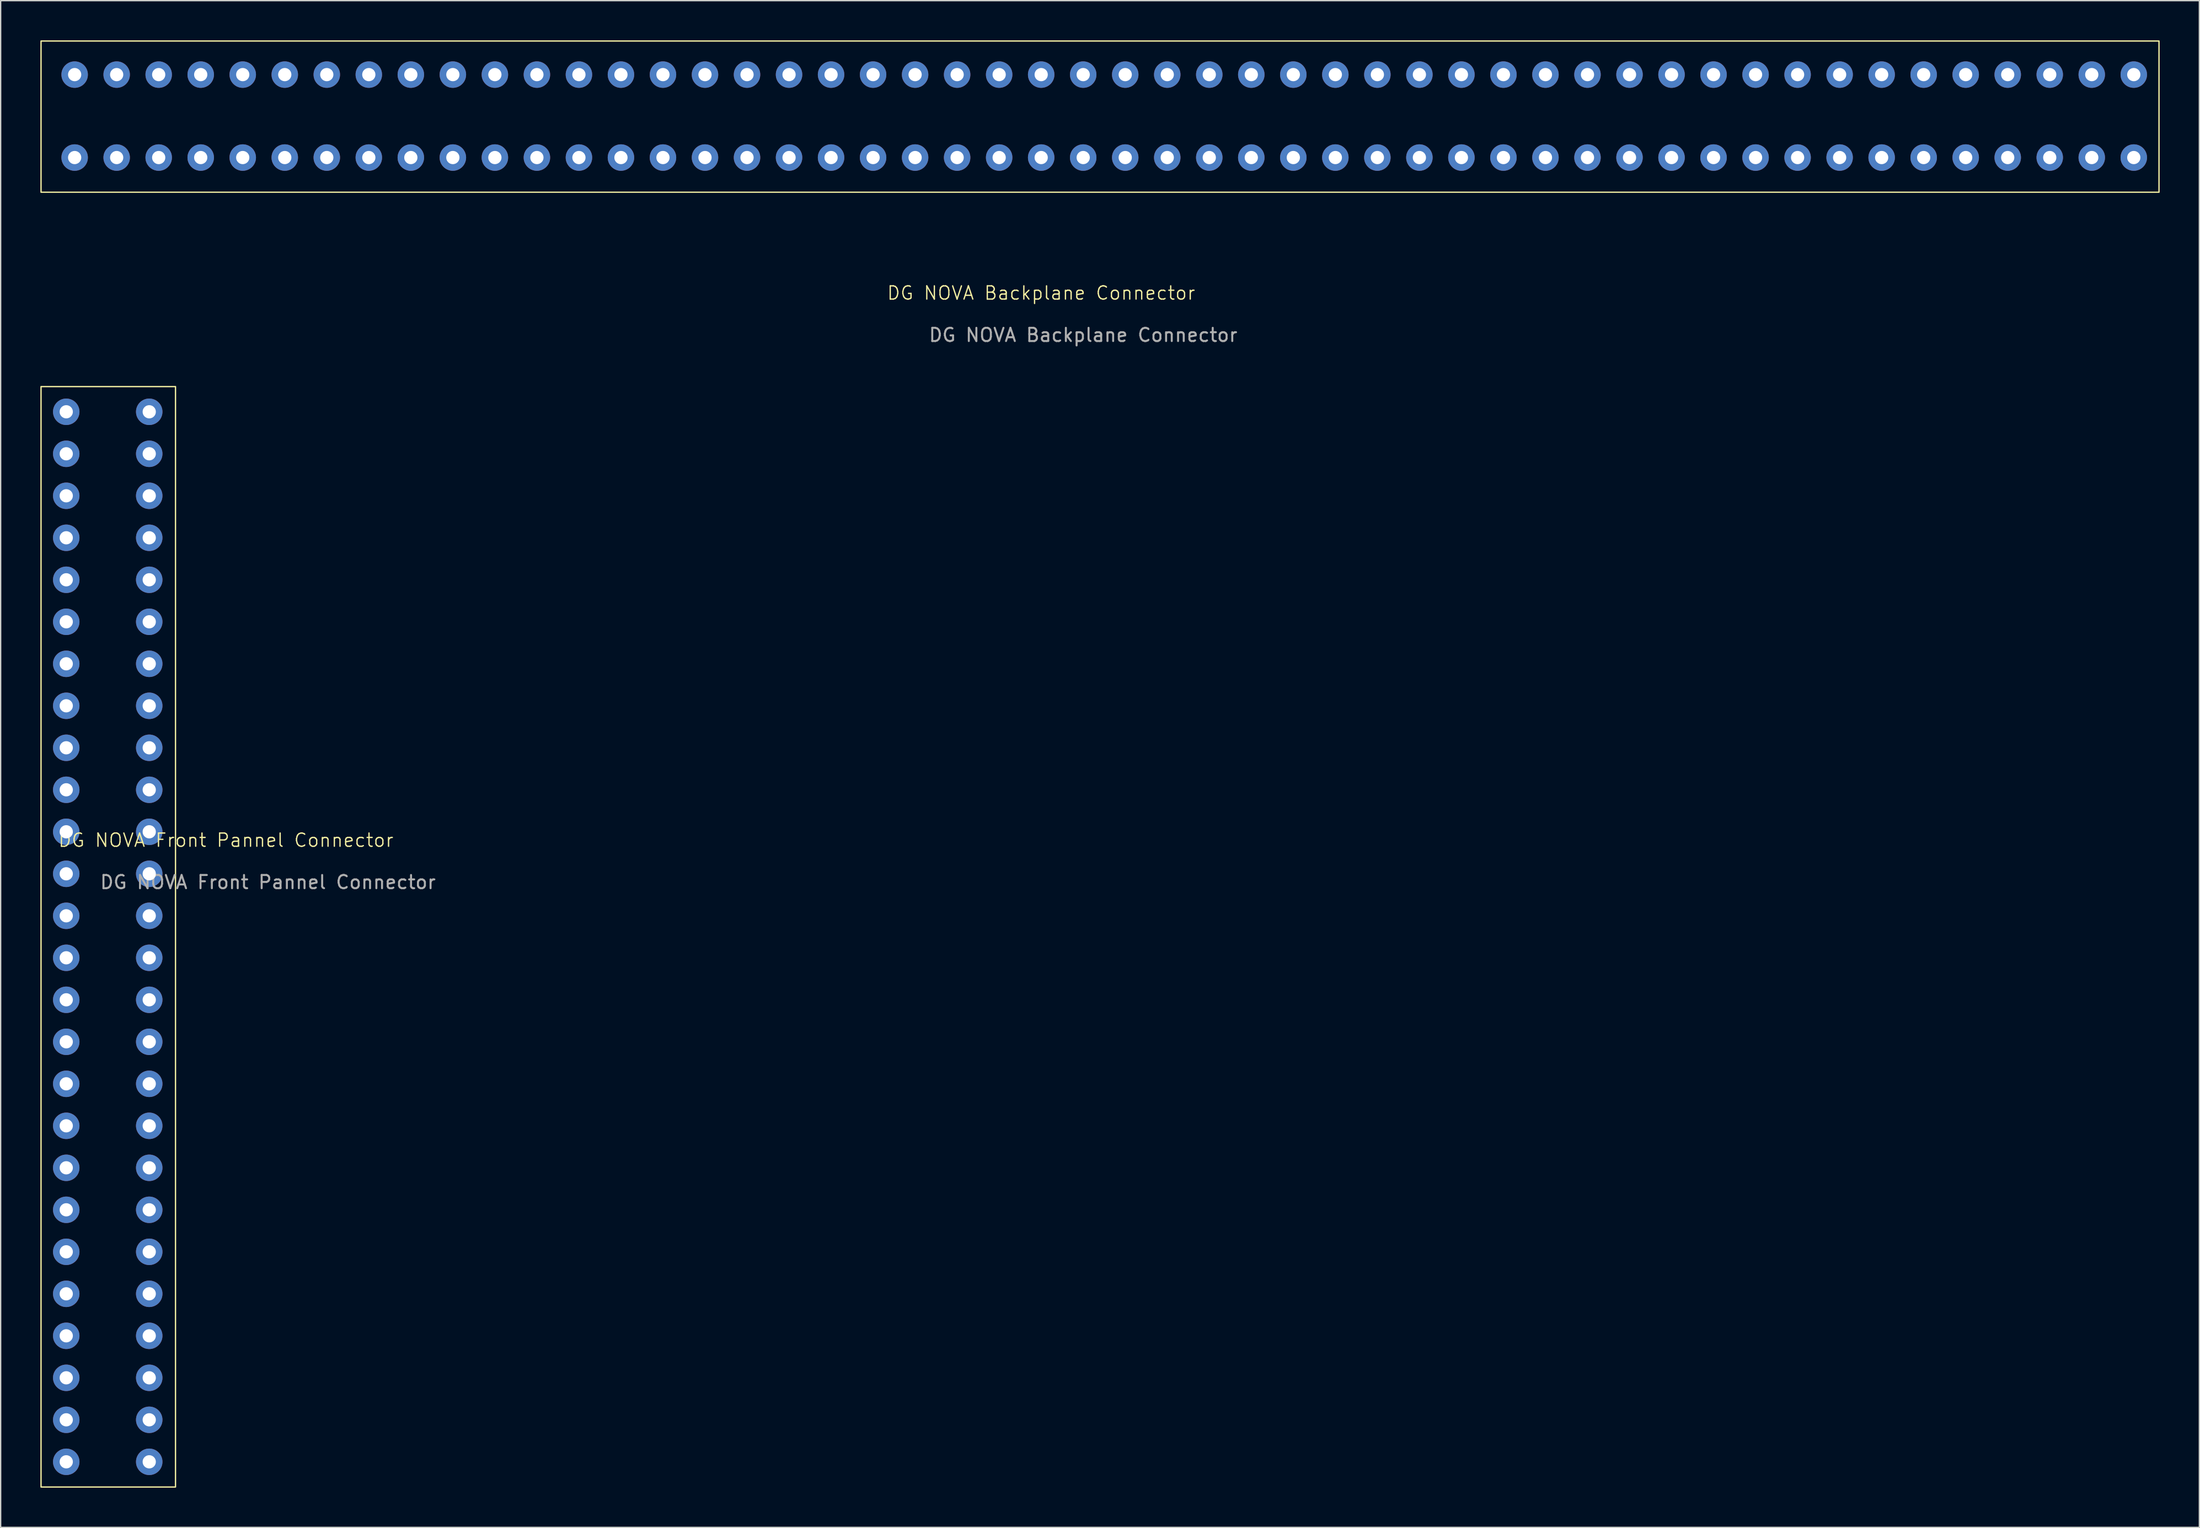
<source format=kicad_pcb>
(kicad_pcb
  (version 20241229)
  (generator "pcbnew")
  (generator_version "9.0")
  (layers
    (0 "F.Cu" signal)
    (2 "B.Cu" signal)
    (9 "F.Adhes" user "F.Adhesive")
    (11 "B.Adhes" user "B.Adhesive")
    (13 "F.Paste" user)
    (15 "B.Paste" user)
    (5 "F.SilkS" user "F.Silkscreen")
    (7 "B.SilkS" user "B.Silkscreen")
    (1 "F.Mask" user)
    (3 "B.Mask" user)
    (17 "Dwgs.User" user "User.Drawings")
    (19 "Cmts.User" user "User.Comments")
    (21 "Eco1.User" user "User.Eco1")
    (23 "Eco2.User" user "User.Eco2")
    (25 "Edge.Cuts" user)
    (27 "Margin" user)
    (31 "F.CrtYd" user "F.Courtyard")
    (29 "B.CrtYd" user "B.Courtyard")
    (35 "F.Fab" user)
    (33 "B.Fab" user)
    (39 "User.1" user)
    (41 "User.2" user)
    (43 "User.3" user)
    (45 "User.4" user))
  (footprint "DG NOVA Backplane Connector"
    (layer "F.Cu")
    (at 80.06 5.765)
    (property "Reference" "DG NOVA Backplane Connector" (at -4.445 13.335 0) (unlocked yes) (layer "F.SilkS") (effects (font (size 1 1) (thickness 0.1))))
    (attr through_hole)
    (fp_rect (start -80.01 -5.715) (end 80.01 5.715) (stroke (width 0.1) (type default)) (fill no) (layer "F.SilkS"))
    (fp_text user "${REFERENCE}" (at -1.27 16.51 0) (unlocked yes) (layer "F.Fab") (effects (font (size 1 1) (thickness 0.15))))
    (pad "1" thru_hole circle (at -77.47 3.095 90) (size 2 2) (drill 1) (layers "*.Cu" "*.Mask"))
    (pad "2" thru_hole circle (at -77.47 -3.175 90) (size 2 2) (drill 1) (layers "*.Cu" "*.Mask"))
    (pad "3" thru_hole circle (at -74.295 3.095 90) (size 2 2) (drill 1) (layers "*.Cu" "*.Mask"))
    (pad "4" thru_hole circle (at -74.295 -3.175 90) (size 2 2) (drill 1) (layers "*.Cu" "*.Mask"))
    (pad "5" thru_hole circle (at -71.12 3.095 90) (size 2 2) (drill 1) (layers "*.Cu" "*.Mask"))
    (pad "6" thru_hole circle (at -71.12 -3.175 90) (size 2 2) (drill 1) (layers "*.Cu" "*.Mask"))
    (pad "7" thru_hole circle (at -67.945 3.095 90) (size 2 2) (drill 1) (layers "*.Cu" "*.Mask"))
    (pad "8" thru_hole circle (at -67.945 -3.175 90) (size 2 2) (drill 1) (layers "*.Cu" "*.Mask"))
    (pad "9" thru_hole circle (at -64.77 3.095 90) (size 2 2) (drill 1) (layers "*.Cu" "*.Mask"))
    (pad "10" thru_hole circle (at -64.77 -3.175 90) (size 2 2) (drill 1) (layers "*.Cu" "*.Mask"))
    (pad "11" thru_hole circle (at -61.595 3.095 90) (size 2 2) (drill 1) (layers "*.Cu" "*.Mask"))
    (pad "12" thru_hole circle (at -61.595 -3.175 90) (size 2 2) (drill 1) (layers "*.Cu" "*.Mask"))
    (pad "13" thru_hole circle (at -58.42 3.095 90) (size 2 2) (drill 1) (layers "*.Cu" "*.Mask"))
    (pad "14" thru_hole circle (at -58.42 -3.175 90) (size 2 2) (drill 1) (layers "*.Cu" "*.Mask"))
    (pad "15" thru_hole circle (at -55.245 3.095 90) (size 2 2) (drill 1) (layers "*.Cu" "*.Mask"))
    (pad "16" thru_hole circle (at -55.245 -3.175 90) (size 2 2) (drill 1) (layers "*.Cu" "*.Mask"))
    (pad "17" thru_hole circle (at -52.07 3.095 90) (size 2 2) (drill 1) (layers "*.Cu" "*.Mask"))
    (pad "18" thru_hole circle (at -52.07 -3.175 90) (size 2 2) (drill 1) (layers "*.Cu" "*.Mask"))
    (pad "19" thru_hole circle (at -48.895 3.095 90) (size 2 2) (drill 1) (layers "*.Cu" "*.Mask"))
    (pad "20" thru_hole circle (at -48.895 -3.175 90) (size 2 2) (drill 1) (layers "*.Cu" "*.Mask"))
    (pad "21" thru_hole circle (at -45.72 3.095 90) (size 2 2) (drill 1) (layers "*.Cu" "*.Mask"))
    (pad "22" thru_hole circle (at -45.72 -3.175 90) (size 2 2) (drill 1) (layers "*.Cu" "*.Mask"))
    (pad "23" thru_hole circle (at -42.545 3.095 90) (size 2 2) (drill 1) (layers "*.Cu" "*.Mask"))
    (pad "24" thru_hole circle (at -42.545 -3.175 90) (size 2 2) (drill 1) (layers "*.Cu" "*.Mask"))
    (pad "25" thru_hole circle (at -39.37 3.095 90) (size 2 2) (drill 1) (layers "*.Cu" "*.Mask"))
    (pad "26" thru_hole circle (at -39.37 -3.175 90) (size 2 2) (drill 1) (layers "*.Cu" "*.Mask"))
    (pad "27" thru_hole circle (at -36.195 3.095 90) (size 2 2) (drill 1) (layers "*.Cu" "*.Mask"))
    (pad "28" thru_hole circle (at -36.195 -3.175 90) (size 2 2) (drill 1) (layers "*.Cu" "*.Mask"))
    (pad "29" thru_hole circle (at -33.02 3.095 90) (size 2 2) (drill 1) (layers "*.Cu" "*.Mask"))
    (pad "30" thru_hole circle (at -33.02 -3.175 90) (size 2 2) (drill 1) (layers "*.Cu" "*.Mask"))
    (pad "31" thru_hole circle (at -29.845 3.095 90) (size 2 2) (drill 1) (layers "*.Cu" "*.Mask"))
    (pad "32" thru_hole circle (at -29.845 -3.175 90) (size 2 2) (drill 1) (layers "*.Cu" "*.Mask"))
    (pad "33" thru_hole circle (at -26.67 3.095 90) (size 2 2) (drill 1) (layers "*.Cu" "*.Mask"))
    (pad "34" thru_hole circle (at -26.67 -3.175 90) (size 2 2) (drill 1) (layers "*.Cu" "*.Mask"))
    (pad "35" thru_hole circle (at -23.495 3.095 90) (size 2 2) (drill 1) (layers "*.Cu" "*.Mask"))
    (pad "36" thru_hole circle (at -23.495 -3.175 90) (size 2 2) (drill 1) (layers "*.Cu" "*.Mask"))
    (pad "37" thru_hole circle (at -20.32 3.095 90) (size 2 2) (drill 1) (layers "*.Cu" "*.Mask"))
    (pad "38" thru_hole circle (at -20.32 -3.175 90) (size 2 2) (drill 1) (layers "*.Cu" "*.Mask"))
    (pad "39" thru_hole circle (at -17.145 3.095 90) (size 2 2) (drill 1) (layers "*.Cu" "*.Mask"))
    (pad "40" thru_hole circle (at -17.145 -3.175 90) (size 2 2) (drill 1) (layers "*.Cu" "*.Mask"))
    (pad "41" thru_hole circle (at -13.97 3.095 90) (size 2 2) (drill 1) (layers "*.Cu" "*.Mask"))
    (pad "42" thru_hole circle (at -13.97 -3.175 90) (size 2 2) (drill 1) (layers "*.Cu" "*.Mask"))
    (pad "43" thru_hole circle (at -10.795 3.095 90) (size 2 2) (drill 1) (layers "*.Cu" "*.Mask"))
    (pad "44" thru_hole circle (at -10.795 -3.175 90) (size 2 2) (drill 1) (layers "*.Cu" "*.Mask"))
    (pad "45" thru_hole circle (at -7.62 3.095 90) (size 2 2) (drill 1) (layers "*.Cu" "*.Mask"))
    (pad "46" thru_hole circle (at -7.62 -3.175 90) (size 2 2) (drill 1) (layers "*.Cu" "*.Mask"))
    (pad "47" thru_hole circle (at -4.445 3.095 90) (size 2 2) (drill 1) (layers "*.Cu" "*.Mask"))
    (pad "48" thru_hole circle (at -4.445 -3.175 90) (size 2 2) (drill 1) (layers "*.Cu" "*.Mask"))
    (pad "49" thru_hole circle (at -1.27 3.095 90) (size 2 2) (drill 1) (layers "*.Cu" "*.Mask"))
    (pad "50" thru_hole circle (at -1.27 -3.175 90) (size 2 2) (drill 1) (layers "*.Cu" "*.Mask"))
    (pad "51" thru_hole circle (at 1.905 3.095 90) (size 2 2) (drill 1) (layers "*.Cu" "*.Mask"))
    (pad "52" thru_hole circle (at 1.905 -3.175 90) (size 2 2) (drill 1) (layers "*.Cu" "*.Mask"))
    (pad "53" thru_hole circle (at 5.08 3.095 90) (size 2 2) (drill 1) (layers "*.Cu" "*.Mask"))
    (pad "54" thru_hole circle (at 5.08 -3.175 90) (size 2 2) (drill 1) (layers "*.Cu" "*.Mask"))
    (pad "55" thru_hole circle (at 8.255 3.095 90) (size 2 2) (drill 1) (layers "*.Cu" "*.Mask"))
    (pad "56" thru_hole circle (at 8.255 -3.175 90) (size 2 2) (drill 1) (layers "*.Cu" "*.Mask"))
    (pad "57" thru_hole circle (at 11.43 3.095 90) (size 2 2) (drill 1) (layers "*.Cu" "*.Mask"))
    (pad "58" thru_hole circle (at 11.43 -3.175 90) (size 2 2) (drill 1) (layers "*.Cu" "*.Mask"))
    (pad "59" thru_hole circle (at 14.605 3.095 90) (size 2 2) (drill 1) (layers "*.Cu" "*.Mask"))
    (pad "60" thru_hole circle (at 14.605 -3.175 90) (size 2 2) (drill 1) (layers "*.Cu" "*.Mask"))
    (pad "61" thru_hole circle (at 17.78 3.095 90) (size 2 2) (drill 1) (layers "*.Cu" "*.Mask"))
    (pad "62" thru_hole circle (at 17.78 -3.175 90) (size 2 2) (drill 1) (layers "*.Cu" "*.Mask"))
    (pad "63" thru_hole circle (at 20.955 3.095 90) (size 2 2) (drill 1) (layers "*.Cu" "*.Mask"))
    (pad "64" thru_hole circle (at 20.955 -3.175 90) (size 2 2) (drill 1) (layers "*.Cu" "*.Mask"))
    (pad "65" thru_hole circle (at 24.13 3.095 90) (size 2 2) (drill 1) (layers "*.Cu" "*.Mask"))
    (pad "66" thru_hole circle (at 24.13 -3.175 90) (size 2 2) (drill 1) (layers "*.Cu" "*.Mask"))
    (pad "67" thru_hole circle (at 27.305 3.095 90) (size 2 2) (drill 1) (layers "*.Cu" "*.Mask"))
    (pad "68" thru_hole circle (at 27.305 -3.175 90) (size 2 2) (drill 1) (layers "*.Cu" "*.Mask"))
    (pad "69" thru_hole circle (at 30.48 3.095 90) (size 2 2) (drill 1) (layers "*.Cu" "*.Mask"))
    (pad "70" thru_hole circle (at 30.48 -3.175 90) (size 2 2) (drill 1) (layers "*.Cu" "*.Mask"))
    (pad "71" thru_hole circle (at 33.655 3.095 90) (size 2 2) (drill 1) (layers "*.Cu" "*.Mask"))
    (pad "72" thru_hole circle (at 33.655 -3.175 90) (size 2 2) (drill 1) (layers "*.Cu" "*.Mask"))
    (pad "73" thru_hole circle (at 36.83 3.095 90) (size 2 2) (drill 1) (layers "*.Cu" "*.Mask"))
    (pad "74" thru_hole circle (at 36.83 -3.175 90) (size 2 2) (drill 1) (layers "*.Cu" "*.Mask"))
    (pad "75" thru_hole circle (at 40.005 3.095 90) (size 2 2) (drill 1) (layers "*.Cu" "*.Mask"))
    (pad "76" thru_hole circle (at 40.005 -3.175 90) (size 2 2) (drill 1) (layers "*.Cu" "*.Mask"))
    (pad "77" thru_hole circle (at 43.18 3.095 90) (size 2 2) (drill 1) (layers "*.Cu" "*.Mask"))
    (pad "78" thru_hole circle (at 43.18 -3.175 90) (size 2 2) (drill 1) (layers "*.Cu" "*.Mask"))
    (pad "79" thru_hole circle (at 46.355 3.095 90) (size 2 2) (drill 1) (layers "*.Cu" "*.Mask"))
    (pad "80" thru_hole circle (at 46.355 -3.175 90) (size 2 2) (drill 1) (layers "*.Cu" "*.Mask"))
    (pad "81" thru_hole circle (at 49.53 3.095 90) (size 2 2) (drill 1) (layers "*.Cu" "*.Mask"))
    (pad "82" thru_hole circle (at 49.53 -3.175 90) (size 2 2) (drill 1) (layers "*.Cu" "*.Mask"))
    (pad "83" thru_hole circle (at 52.705 3.095 90) (size 2 2) (drill 1) (layers "*.Cu" "*.Mask"))
    (pad "84" thru_hole circle (at 52.705 -3.175 90) (size 2 2) (drill 1) (layers "*.Cu" "*.Mask"))
    (pad "85" thru_hole circle (at 55.88 3.095 90) (size 2 2) (drill 1) (layers "*.Cu" "*.Mask"))
    (pad "86" thru_hole circle (at 55.88 -3.175 90) (size 2 2) (drill 1) (layers "*.Cu" "*.Mask"))
    (pad "87" thru_hole circle (at 59.055 3.095 90) (size 2 2) (drill 1) (layers "*.Cu" "*.Mask"))
    (pad "88" thru_hole circle (at 59.055 -3.175 90) (size 2 2) (drill 1) (layers "*.Cu" "*.Mask"))
    (pad "89" thru_hole circle (at 62.23 3.095 90) (size 2 2) (drill 1) (layers "*.Cu" "*.Mask"))
    (pad "90" thru_hole circle (at 62.23 -3.175 90) (size 2 2) (drill 1) (layers "*.Cu" "*.Mask"))
    (pad "91" thru_hole circle (at 65.405 3.095 90) (size 2 2) (drill 1) (layers "*.Cu" "*.Mask"))
    (pad "92" thru_hole circle (at 65.405 -3.175 90) (size 2 2) (drill 1) (layers "*.Cu" "*.Mask"))
    (pad "93" thru_hole circle (at 68.58 3.095 90) (size 2 2) (drill 1) (layers "*.Cu" "*.Mask"))
    (pad "94" thru_hole circle (at 68.58 -3.175 90) (size 2 2) (drill 1) (layers "*.Cu" "*.Mask"))
    (pad "95" thru_hole circle (at 71.755 3.095 90) (size 2 2) (drill 1) (layers "*.Cu" "*.Mask"))
    (pad "96" thru_hole circle (at 71.755 -3.175 90) (size 2 2) (drill 1) (layers "*.Cu" "*.Mask"))
    (pad "97" thru_hole circle (at 74.93 3.095 90) (size 2 2) (drill 1) (layers "*.Cu" "*.Mask"))
    (pad "98" thru_hole circle (at 74.93 -3.175 90) (size 2 2) (drill 1) (layers "*.Cu" "*.Mask"))
    (pad "99" thru_hole circle (at 78.105 3.095 90) (size 2 2) (drill 1) (layers "*.Cu" "*.Mask"))
    (pad "100" thru_hole circle (at 78.105 -3.175 90) (size 2 2) (drill 1) (layers "*.Cu" "*.Mask")))
  (footprint "DG NOVA Front Pannel Connector"
    (layer "F.Cu")
    (at 5.13 66.178)
    (property "Reference" "DG NOVA Front Pannel Connector" (at 8.89 -5.715 0) (unlocked yes) (layer "F.SilkS") (effects (font (size 1 1) (thickness 0.1))))
    (attr through_hole)
    (fp_rect (start -5.08 -40.005) (end 5.08 43.18) (stroke (width 0.1) (type default)) (fill no) (layer "F.SilkS"))
    (fp_text user "${REFERENCE}" (at 12.065 -2.54 0) (unlocked yes) (layer "F.Fab") (effects (font (size 1 1) (thickness 0.15))))
    (pad "1" thru_hole circle (at -3.175 -38.1) (size 2 2) (drill 1) (layers "*.Cu" "*.Mask"))
    (pad "2" thru_hole circle (at 3.095 -38.1) (size 2 2) (drill 1) (layers "*.Cu" "*.Mask"))
    (pad "3" thru_hole circle (at -3.175 -34.925) (size 2 2) (drill 1) (layers "*.Cu" "*.Mask"))
    (pad "4" thru_hole circle (at 3.095 -34.925) (size 2 2) (drill 1) (layers "*.Cu" "*.Mask"))
    (pad "5" thru_hole circle (at -3.175 -31.75) (size 2 2) (drill 1) (layers "*.Cu" "*.Mask"))
    (pad "6" thru_hole circle (at 3.095 -31.75) (size 2 2) (drill 1) (layers "*.Cu" "*.Mask"))
    (pad "7" thru_hole circle (at -3.175 -28.575) (size 2 2) (drill 1) (layers "*.Cu" "*.Mask"))
    (pad "8" thru_hole circle (at 3.095 -28.575) (size 2 2) (drill 1) (layers "*.Cu" "*.Mask"))
    (pad "9" thru_hole circle (at -3.175 -25.4) (size 2 2) (drill 1) (layers "*.Cu" "*.Mask"))
    (pad "10" thru_hole circle (at 3.095 -25.4) (size 2 2) (drill 1) (layers "*.Cu" "*.Mask"))
    (pad "11" thru_hole circle (at -3.175 -22.225) (size 2 2) (drill 1) (layers "*.Cu" "*.Mask"))
    (pad "12" thru_hole circle (at 3.095 -22.225) (size 2 2) (drill 1) (layers "*.Cu" "*.Mask"))
    (pad "13" thru_hole circle (at -3.175 -19.05) (size 2 2) (drill 1) (layers "*.Cu" "*.Mask"))
    (pad "14" thru_hole circle (at 3.095 -19.05) (size 2 2) (drill 1) (layers "*.Cu" "*.Mask"))
    (pad "15" thru_hole circle (at -3.175 -15.875) (size 2 2) (drill 1) (layers "*.Cu" "*.Mask"))
    (pad "16" thru_hole circle (at 3.095 -15.875) (size 2 2) (drill 1) (layers "*.Cu" "*.Mask"))
    (pad "17" thru_hole circle (at -3.175 -12.7) (size 2 2) (drill 1) (layers "*.Cu" "*.Mask"))
    (pad "18" thru_hole circle (at 3.095 -12.7) (size 2 2) (drill 1) (layers "*.Cu" "*.Mask"))
    (pad "19" thru_hole circle (at -3.175 -9.525) (size 2 2) (drill 1) (layers "*.Cu" "*.Mask"))
    (pad "20" thru_hole circle (at 3.095 -9.525) (size 2 2) (drill 1) (layers "*.Cu" "*.Mask"))
    (pad "21" thru_hole circle (at -3.175 -6.35) (size 2 2) (drill 1) (layers "*.Cu" "*.Mask"))
    (pad "22" thru_hole circle (at 3.095 -6.35) (size 2 2) (drill 1) (layers "*.Cu" "*.Mask"))
    (pad "23" thru_hole circle (at -3.175 -3.175) (size 2 2) (drill 1) (layers "*.Cu" "*.Mask"))
    (pad "24" thru_hole circle (at 3.095 -3.175) (size 2 2) (drill 1) (layers "*.Cu" "*.Mask"))
    (pad "25" thru_hole circle (at -3.175 0) (size 2 2) (drill 1) (layers "*.Cu" "*.Mask"))
    (pad "26" thru_hole circle (at 3.095 0) (size 2 2) (drill 1) (layers "*.Cu" "*.Mask"))
    (pad "27" thru_hole circle (at -3.175 3.175) (size 2 2) (drill 1) (layers "*.Cu" "*.Mask"))
    (pad "28" thru_hole circle (at 3.095 3.175) (size 2 2) (drill 1) (layers "*.Cu" "*.Mask"))
    (pad "29" thru_hole circle (at -3.175 6.35) (size 2 2) (drill 1) (layers "*.Cu" "*.Mask"))
    (pad "30" thru_hole circle (at 3.095 6.35) (size 2 2) (drill 1) (layers "*.Cu" "*.Mask"))
    (pad "31" thru_hole circle (at -3.175 9.525) (size 2 2) (drill 1) (layers "*.Cu" "*.Mask"))
    (pad "32" thru_hole circle (at 3.095 9.525) (size 2 2) (drill 1) (layers "*.Cu" "*.Mask"))
    (pad "33" thru_hole circle (at -3.175 12.7) (size 2 2) (drill 1) (layers "*.Cu" "*.Mask"))
    (pad "34" thru_hole circle (at 3.095 12.7) (size 2 2) (drill 1) (layers "*.Cu" "*.Mask"))
    (pad "35" thru_hole circle (at -3.175 15.875) (size 2 2) (drill 1) (layers "*.Cu" "*.Mask"))
    (pad "36" thru_hole circle (at 3.095 15.875) (size 2 2) (drill 1) (layers "*.Cu" "*.Mask"))
    (pad "37" thru_hole circle (at -3.175 19.05) (size 2 2) (drill 1) (layers "*.Cu" "*.Mask"))
    (pad "38" thru_hole circle (at 3.095 19.05) (size 2 2) (drill 1) (layers "*.Cu" "*.Mask"))
    (pad "39" thru_hole circle (at -3.175 22.225) (size 2 2) (drill 1) (layers "*.Cu" "*.Mask"))
    (pad "40" thru_hole circle (at 3.095 22.225) (size 2 2) (drill 1) (layers "*.Cu" "*.Mask"))
    (pad "41" thru_hole circle (at -3.175 25.4) (size 2 2) (drill 1) (layers "*.Cu" "*.Mask"))
    (pad "42" thru_hole circle (at 3.095 25.4) (size 2 2) (drill 1) (layers "*.Cu" "*.Mask"))
    (pad "43" thru_hole circle (at -3.175 28.575) (size 2 2) (drill 1) (layers "*.Cu" "*.Mask"))
    (pad "44" thru_hole circle (at 3.095 28.575) (size 2 2) (drill 1) (layers "*.Cu" "*.Mask"))
    (pad "45" thru_hole circle (at -3.175 31.75) (size 2 2) (drill 1) (layers "*.Cu" "*.Mask"))
    (pad "46" thru_hole circle (at 3.095 31.75) (size 2 2) (drill 1) (layers "*.Cu" "*.Mask"))
    (pad "47" thru_hole circle (at -3.175 34.925) (size 2 2) (drill 1) (layers "*.Cu" "*.Mask"))
    (pad "48" thru_hole circle (at 3.095 34.925) (size 2 2) (drill 1) (layers "*.Cu" "*.Mask"))
    (pad "49" thru_hole circle (at -3.175 38.1) (size 2 2) (drill 1) (layers "*.Cu" "*.Mask"))
    (pad "50" thru_hole circle (at 3.095 38.1) (size 2 2) (drill 1) (layers "*.Cu" "*.Mask"))
    (pad "51" thru_hole circle (at -3.175 41.275) (size 2 2) (drill 1) (layers "*.Cu" "*.Mask"))
    (pad "52" thru_hole circle (at 3.095 41.275) (size 2 2) (drill 1) (layers "*.Cu" "*.Mask")))
  (gr_rect
    (start -3 -3)
    (end 163.12 112.408)
    (stroke (width 0.1) (type default))
    (fill no)
    (layer "Edge.Cuts")))
</source>
